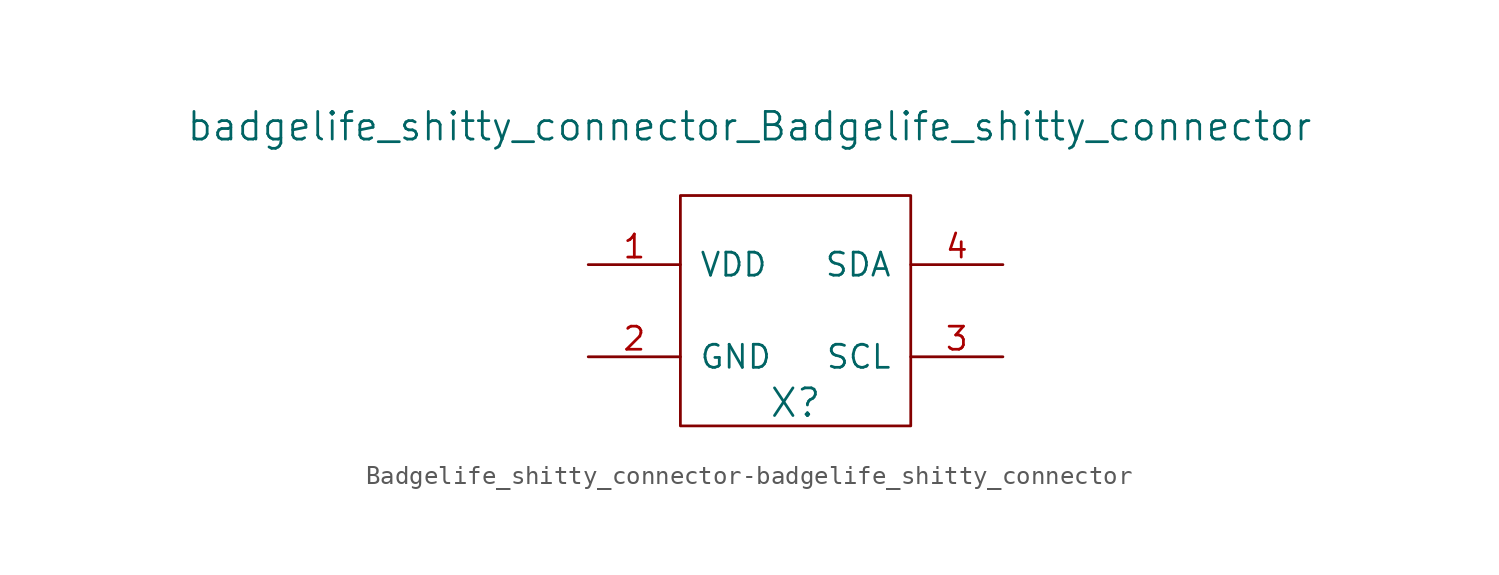
<source format=kicad_sym>
(kicad_symbol_lib
  (version 20231120)
  (generator "kicad_symbol_editor")
  (generator_version "8.0")
  (symbol "Badgelife_shitty_connector-badgelife_shitty_connector"
    (pin_names
      (offset 1.016))
    (property "Reference" "X"
      (at 2.54 -5.08 0)
      (effects (font (size 1.524 1.524))))
    (property "Value" "badgelife_shitty_connector_Badgelife_shitty_connector"
      (at 0 10.16 0)
      (effects (font (size 1.524 1.524))))
    (symbol "Badgelife_shitty_connector-badgelife_shitty_connector_0_1"
      (rectangle (start -3.81 6.35) (end 8.89 -6.35) (stroke (width 0) (type solid)) (fill (type none))))
    (symbol "Badgelife_shitty_connector-badgelife_shitty_connector_1_1"
      (pin input line (at -8.89 2.54 0) (length 5.08) (name "VDD" (effects (font (size 1.27 1.27)))) (number "1" (effects (font (size 1.27 1.27)))))
      (pin input line (at -8.89 -2.54 0) (length 5.08) (name "GND" (effects (font (size 1.27 1.27)))) (number "2" (effects (font (size 1.27 1.27)))))
      (pin input line (at 13.97 -2.54 180) (length 5.08) (name "SCL" (effects (font (size 1.27 1.27)))) (number "3" (effects (font (size 1.27 1.27)))))
      (pin input line (at 13.97 2.54 180) (length 5.08) (name "SDA" (effects (font (size 1.27 1.27)))) (number "4" (effects (font (size 1.27 1.27))))))))
</source>
